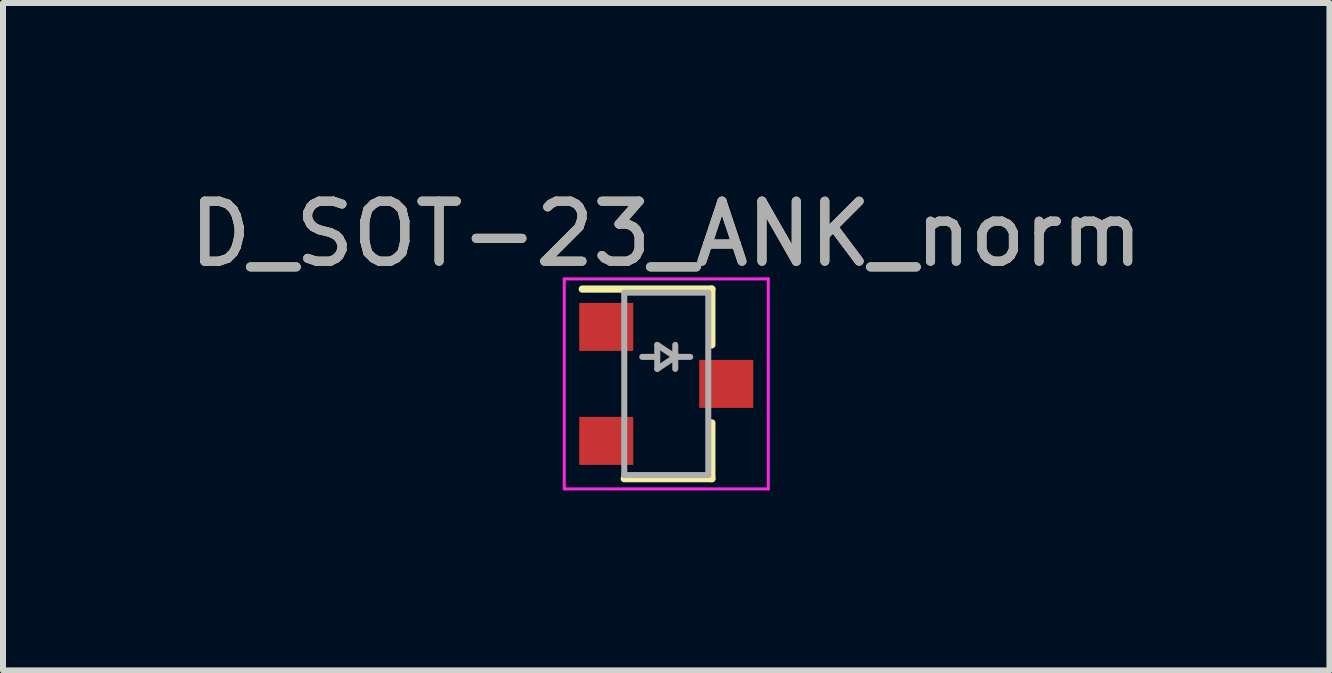
<source format=kicad_pcb>
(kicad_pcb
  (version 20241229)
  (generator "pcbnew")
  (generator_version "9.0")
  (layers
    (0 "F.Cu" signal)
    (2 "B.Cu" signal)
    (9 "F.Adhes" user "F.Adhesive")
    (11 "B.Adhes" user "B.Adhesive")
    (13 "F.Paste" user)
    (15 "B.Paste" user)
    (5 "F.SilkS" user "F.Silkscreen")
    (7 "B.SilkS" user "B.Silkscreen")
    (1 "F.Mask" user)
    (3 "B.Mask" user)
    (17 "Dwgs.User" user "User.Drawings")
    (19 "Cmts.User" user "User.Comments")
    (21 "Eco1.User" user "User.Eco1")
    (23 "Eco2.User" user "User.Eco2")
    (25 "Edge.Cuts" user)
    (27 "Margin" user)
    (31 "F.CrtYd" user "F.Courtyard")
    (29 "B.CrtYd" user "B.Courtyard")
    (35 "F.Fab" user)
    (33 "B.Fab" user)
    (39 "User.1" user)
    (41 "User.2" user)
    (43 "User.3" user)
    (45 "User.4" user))
  (footprint "D_SOT-23_ANK_norm"
    (layer "F.Cu")
    (at 8.054 3.348)
    (property "Reference" "D_SOT-23_ANK_norm" (at 0 -2.5 0) (layer "F.SilkS") (effects (font (size 1 1) (thickness 0.15))))
    (attr smd)
    (fp_line (start 0.76 -1.58) (end -1.4 -1.58) (stroke (width 0.12) (type solid)) (layer "F.SilkS"))
    (fp_line (start 0.76 -1.58) (end 0.76 -0.65) (stroke (width 0.12) (type solid)) (layer "F.SilkS"))
    (fp_line (start 0.76 1.58) (end -0.7 1.58) (stroke (width 0.12) (type solid)) (layer "F.SilkS"))
    (fp_line (start 0.76 1.58) (end 0.76 0.65) (stroke (width 0.12) (type solid)) (layer "F.SilkS"))
    (fp_line (start -1.7 -1.75) (end 1.7 -1.75) (stroke (width 0.05) (type solid)) (layer "F.CrtYd"))
    (fp_line (start -1.7 1.75) (end -1.7 -1.75) (stroke (width 0.05) (type solid)) (layer "F.CrtYd"))
    (fp_line (start 1.7 -1.75) (end 1.7 1.75) (stroke (width 0.05) (type solid)) (layer "F.CrtYd"))
    (fp_line (start 1.7 1.75) (end -1.7 1.75) (stroke (width 0.05) (type solid)) (layer "F.CrtYd"))
    (fp_line (start -0.7 -1.52) (end -0.7 1.52) (stroke (width 0.1) (type solid)) (layer "F.Fab"))
    (fp_line (start -0.7 -1.52) (end 0.7 -1.52) (stroke (width 0.1) (type solid)) (layer "F.Fab"))
    (fp_line (start -0.7 1.52) (end 0.7 1.52) (stroke (width 0.1) (type solid)) (layer "F.Fab"))
    (fp_line (start -0.15 -0.65) (end -0.15 -0.25) (stroke (width 0.1) (type solid)) (layer "F.Fab"))
    (fp_line (start -0.15 -0.45) (end -0.4 -0.45) (stroke (width 0.1) (type solid)) (layer "F.Fab"))
    (fp_line (start -0.15 -0.25) (end 0.15 -0.45) (stroke (width 0.1) (type solid)) (layer "F.Fab"))
    (fp_line (start 0.15 -0.65) (end 0.15 -0.25) (stroke (width 0.1) (type solid)) (layer "F.Fab"))
    (fp_line (start 0.15 -0.45) (end -0.15 -0.65) (stroke (width 0.1) (type solid)) (layer "F.Fab"))
    (fp_line (start 0.15 -0.45) (end 0.4 -0.45) (stroke (width 0.1) (type solid)) (layer "F.Fab"))
    (fp_line (start 0.7 -1.52) (end 0.7 1.52) (stroke (width 0.1) (type solid)) (layer "F.Fab"))
    (fp_text user "${REFERENCE}" (at 0 -2.5 0) (layer "F.Fab") (effects (font (size 1 1) (thickness 0.15))))
    (pad "1" smd rect (at 1 0) (size 0.9 0.8) (layers "F.Cu" "F.Mask" "F.Paste"))
    (pad "2" smd rect (at -1 -0.95) (size 0.9 0.8) (layers "F.Cu" "F.Mask" "F.Paste"))
    (pad "3" smd rect (at -1 0.95) (size 0.9 0.8) (layers "F.Cu" "F.Mask" "F.Paste")))
  (gr_rect
    (start -3 -3)
    (end 19.107 8.123)
    (stroke (width 0.1) (type default))
    (fill no)
    (layer "Edge.Cuts")))
</source>
